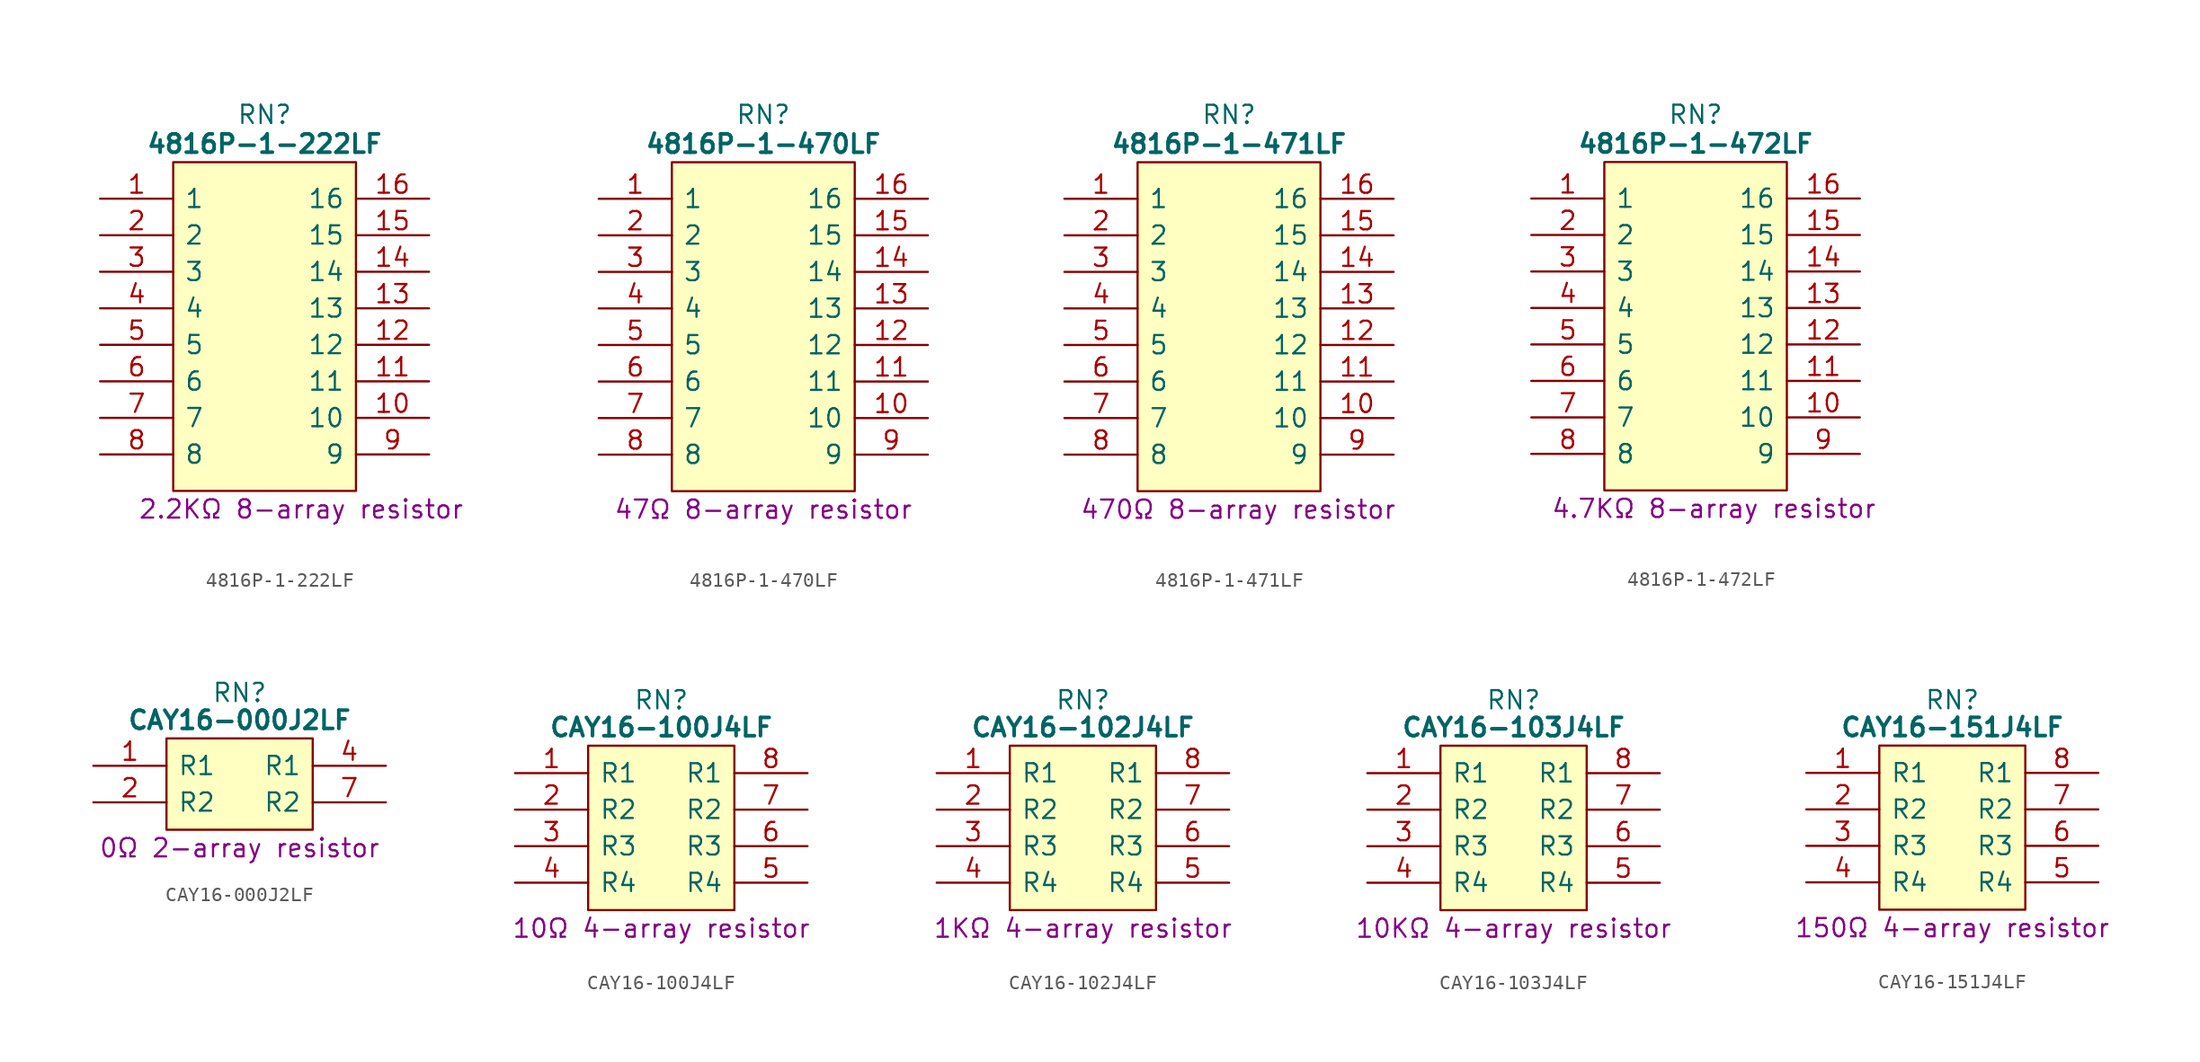
<source format=kicad_sym>
(kicad_symbol_lib
  (version 20231120)
  (generator "kicad_symbol_editor")
  (generator_version "8.0")
  (symbol "4816P-1-222LF"
    (pin_names
      (offset 0.762))
    (property "Reference" "RN"
      (at 11.43 5.842 0)
      (effects (font (size 1.27 1.27))))
    (property "Value" "4816P-1-222LF"
      (at 11.43 3.81 0)
      (effects (font (size 1.27 1.27) (thickness 0.254) (bold yes))))
    (property "Description" "2.2KΩ 8-array resistor"
      (at 13.97 -21.59 0)
      (effects (font (size 1.27 1.27))))
    (symbol "4816P-1-222LF_0_0"
      (pin passive line (at 0 0 0) (length 5.08) (name "1" (effects (font (size 1.27 1.27)))) (number "1" (effects (font (size 1.27 1.27)))))
      (pin passive line (at 22.86 -15.24 180) (length 5.08) (name "10" (effects (font (size 1.27 1.27)))) (number "10" (effects (font (size 1.27 1.27)))))
      (pin passive line (at 22.86 -12.7 180) (length 5.08) (name "11" (effects (font (size 1.27 1.27)))) (number "11" (effects (font (size 1.27 1.27)))))
      (pin passive line (at 22.86 -10.16 180) (length 5.08) (name "12" (effects (font (size 1.27 1.27)))) (number "12" (effects (font (size 1.27 1.27)))))
      (pin passive line (at 22.86 -7.62 180) (length 5.08) (name "13" (effects (font (size 1.27 1.27)))) (number "13" (effects (font (size 1.27 1.27)))))
      (pin passive line (at 22.86 -5.08 180) (length 5.08) (name "14" (effects (font (size 1.27 1.27)))) (number "14" (effects (font (size 1.27 1.27)))))
      (pin passive line (at 22.86 -2.54 180) (length 5.08) (name "15" (effects (font (size 1.27 1.27)))) (number "15" (effects (font (size 1.27 1.27)))))
      (pin passive line (at 22.86 0 180) (length 5.08) (name "16" (effects (font (size 1.27 1.27)))) (number "16" (effects (font (size 1.27 1.27)))))
      (pin passive line (at 0 -2.54 0) (length 5.08) (name "2" (effects (font (size 1.27 1.27)))) (number "2" (effects (font (size 1.27 1.27)))))
      (pin passive line (at 0 -5.08 0) (length 5.08) (name "3" (effects (font (size 1.27 1.27)))) (number "3" (effects (font (size 1.27 1.27)))))
      (pin passive line (at 0 -7.62 0) (length 5.08) (name "4" (effects (font (size 1.27 1.27)))) (number "4" (effects (font (size 1.27 1.27)))))
      (pin passive line (at 0 -10.16 0) (length 5.08) (name "5" (effects (font (size 1.27 1.27)))) (number "5" (effects (font (size 1.27 1.27)))))
      (pin passive line (at 0 -12.7 0) (length 5.08) (name "6" (effects (font (size 1.27 1.27)))) (number "6" (effects (font (size 1.27 1.27)))))
      (pin passive line (at 0 -15.24 0) (length 5.08) (name "7" (effects (font (size 1.27 1.27)))) (number "7" (effects (font (size 1.27 1.27)))))
      (pin passive line (at 0 -17.78 0) (length 5.08) (name "8" (effects (font (size 1.27 1.27)))) (number "8" (effects (font (size 1.27 1.27)))))
      (pin passive line (at 22.86 -17.78 180) (length 5.08) (name "9" (effects (font (size 1.27 1.27)))) (number "9" (effects (font (size 1.27 1.27))))))
    (symbol "4816P-1-222LF_0_1"
      (polyline (pts (xy 5.08 2.54) (xy 17.78 2.54) (xy 17.78 -20.32) (xy 5.08 -20.32) (xy 5.08 2.54)) (stroke (width 0.152) (type default)) (fill (type background)))))
  (symbol "4816P-1-470LF"
    (pin_names
      (offset 0.762))
    (property "Reference" "RN"
      (at 11.43 5.842 0)
      (effects (font (size 1.27 1.27))))
    (property "Value" "4816P-1-470LF"
      (at 11.43 3.81 0)
      (effects (font (size 1.27 1.27) (thickness 0.254) (bold yes))))
    (property "Description" "47Ω 8-array resistor"
      (at 11.43 -21.59 0)
      (effects (font (size 1.27 1.27))))
    (symbol "4816P-1-470LF_0_0"
      (pin passive line (at 0 0 0) (length 5.08) (name "1" (effects (font (size 1.27 1.27)))) (number "1" (effects (font (size 1.27 1.27)))))
      (pin passive line (at 22.86 -15.24 180) (length 5.08) (name "10" (effects (font (size 1.27 1.27)))) (number "10" (effects (font (size 1.27 1.27)))))
      (pin passive line (at 22.86 -12.7 180) (length 5.08) (name "11" (effects (font (size 1.27 1.27)))) (number "11" (effects (font (size 1.27 1.27)))))
      (pin passive line (at 22.86 -10.16 180) (length 5.08) (name "12" (effects (font (size 1.27 1.27)))) (number "12" (effects (font (size 1.27 1.27)))))
      (pin passive line (at 22.86 -7.62 180) (length 5.08) (name "13" (effects (font (size 1.27 1.27)))) (number "13" (effects (font (size 1.27 1.27)))))
      (pin passive line (at 22.86 -5.08 180) (length 5.08) (name "14" (effects (font (size 1.27 1.27)))) (number "14" (effects (font (size 1.27 1.27)))))
      (pin passive line (at 22.86 -2.54 180) (length 5.08) (name "15" (effects (font (size 1.27 1.27)))) (number "15" (effects (font (size 1.27 1.27)))))
      (pin passive line (at 22.86 0 180) (length 5.08) (name "16" (effects (font (size 1.27 1.27)))) (number "16" (effects (font (size 1.27 1.27)))))
      (pin passive line (at 0 -2.54 0) (length 5.08) (name "2" (effects (font (size 1.27 1.27)))) (number "2" (effects (font (size 1.27 1.27)))))
      (pin passive line (at 0 -5.08 0) (length 5.08) (name "3" (effects (font (size 1.27 1.27)))) (number "3" (effects (font (size 1.27 1.27)))))
      (pin passive line (at 0 -7.62 0) (length 5.08) (name "4" (effects (font (size 1.27 1.27)))) (number "4" (effects (font (size 1.27 1.27)))))
      (pin passive line (at 0 -10.16 0) (length 5.08) (name "5" (effects (font (size 1.27 1.27)))) (number "5" (effects (font (size 1.27 1.27)))))
      (pin passive line (at 0 -12.7 0) (length 5.08) (name "6" (effects (font (size 1.27 1.27)))) (number "6" (effects (font (size 1.27 1.27)))))
      (pin passive line (at 0 -15.24 0) (length 5.08) (name "7" (effects (font (size 1.27 1.27)))) (number "7" (effects (font (size 1.27 1.27)))))
      (pin passive line (at 0 -17.78 0) (length 5.08) (name "8" (effects (font (size 1.27 1.27)))) (number "8" (effects (font (size 1.27 1.27)))))
      (pin passive line (at 22.86 -17.78 180) (length 5.08) (name "9" (effects (font (size 1.27 1.27)))) (number "9" (effects (font (size 1.27 1.27))))))
    (symbol "4816P-1-470LF_0_1"
      (polyline (pts (xy 5.08 2.54) (xy 17.78 2.54) (xy 17.78 -20.32) (xy 5.08 -20.32) (xy 5.08 2.54)) (stroke (width 0.152) (type default)) (fill (type background)))))
  (symbol "4816P-1-471LF"
    (pin_names
      (offset 0.762))
    (property "Reference" "RN"
      (at 11.43 5.842 0)
      (effects (font (size 1.27 1.27))))
    (property "Value" "4816P-1-471LF"
      (at 11.43 3.81 0)
      (effects (font (size 1.27 1.27) (thickness 0.254) (bold yes))))
    (property "Description" "470Ω 8-array resistor"
      (at 12.065 -21.59 0)
      (effects (font (size 1.27 1.27))))
    (symbol "4816P-1-471LF_0_0"
      (pin passive line (at 0 0 0) (length 5.08) (name "1" (effects (font (size 1.27 1.27)))) (number "1" (effects (font (size 1.27 1.27)))))
      (pin passive line (at 22.86 -15.24 180) (length 5.08) (name "10" (effects (font (size 1.27 1.27)))) (number "10" (effects (font (size 1.27 1.27)))))
      (pin passive line (at 22.86 -12.7 180) (length 5.08) (name "11" (effects (font (size 1.27 1.27)))) (number "11" (effects (font (size 1.27 1.27)))))
      (pin passive line (at 22.86 -10.16 180) (length 5.08) (name "12" (effects (font (size 1.27 1.27)))) (number "12" (effects (font (size 1.27 1.27)))))
      (pin passive line (at 22.86 -7.62 180) (length 5.08) (name "13" (effects (font (size 1.27 1.27)))) (number "13" (effects (font (size 1.27 1.27)))))
      (pin passive line (at 22.86 -5.08 180) (length 5.08) (name "14" (effects (font (size 1.27 1.27)))) (number "14" (effects (font (size 1.27 1.27)))))
      (pin passive line (at 22.86 -2.54 180) (length 5.08) (name "15" (effects (font (size 1.27 1.27)))) (number "15" (effects (font (size 1.27 1.27)))))
      (pin passive line (at 22.86 0 180) (length 5.08) (name "16" (effects (font (size 1.27 1.27)))) (number "16" (effects (font (size 1.27 1.27)))))
      (pin passive line (at 0 -2.54 0) (length 5.08) (name "2" (effects (font (size 1.27 1.27)))) (number "2" (effects (font (size 1.27 1.27)))))
      (pin passive line (at 0 -5.08 0) (length 5.08) (name "3" (effects (font (size 1.27 1.27)))) (number "3" (effects (font (size 1.27 1.27)))))
      (pin passive line (at 0 -7.62 0) (length 5.08) (name "4" (effects (font (size 1.27 1.27)))) (number "4" (effects (font (size 1.27 1.27)))))
      (pin passive line (at 0 -10.16 0) (length 5.08) (name "5" (effects (font (size 1.27 1.27)))) (number "5" (effects (font (size 1.27 1.27)))))
      (pin passive line (at 0 -12.7 0) (length 5.08) (name "6" (effects (font (size 1.27 1.27)))) (number "6" (effects (font (size 1.27 1.27)))))
      (pin passive line (at 0 -15.24 0) (length 5.08) (name "7" (effects (font (size 1.27 1.27)))) (number "7" (effects (font (size 1.27 1.27)))))
      (pin passive line (at 0 -17.78 0) (length 5.08) (name "8" (effects (font (size 1.27 1.27)))) (number "8" (effects (font (size 1.27 1.27)))))
      (pin passive line (at 22.86 -17.78 180) (length 5.08) (name "9" (effects (font (size 1.27 1.27)))) (number "9" (effects (font (size 1.27 1.27))))))
    (symbol "4816P-1-471LF_0_1"
      (polyline (pts (xy 5.08 2.54) (xy 17.78 2.54) (xy 17.78 -20.32) (xy 5.08 -20.32) (xy 5.08 2.54)) (stroke (width 0.152) (type default)) (fill (type background)))))
  (symbol "4816P-1-472LF"
    (pin_names
      (offset 0.762))
    (property "Reference" "RN"
      (at 11.43 5.842 0)
      (effects (font (size 1.27 1.27))))
    (property "Value" "4816P-1-472LF"
      (at 11.43 3.81 0)
      (effects (font (size 1.27 1.27) (thickness 0.254) (bold yes))))
    (property "Description" "4.7KΩ 8-array resistor"
      (at 12.7 -21.59 0)
      (effects (font (size 1.27 1.27))))
    (symbol "4816P-1-472LF_0_0"
      (pin passive line (at 0 0 0) (length 5.08) (name "1" (effects (font (size 1.27 1.27)))) (number "1" (effects (font (size 1.27 1.27)))))
      (pin passive line (at 22.86 -15.24 180) (length 5.08) (name "10" (effects (font (size 1.27 1.27)))) (number "10" (effects (font (size 1.27 1.27)))))
      (pin passive line (at 22.86 -12.7 180) (length 5.08) (name "11" (effects (font (size 1.27 1.27)))) (number "11" (effects (font (size 1.27 1.27)))))
      (pin passive line (at 22.86 -10.16 180) (length 5.08) (name "12" (effects (font (size 1.27 1.27)))) (number "12" (effects (font (size 1.27 1.27)))))
      (pin passive line (at 22.86 -7.62 180) (length 5.08) (name "13" (effects (font (size 1.27 1.27)))) (number "13" (effects (font (size 1.27 1.27)))))
      (pin passive line (at 22.86 -5.08 180) (length 5.08) (name "14" (effects (font (size 1.27 1.27)))) (number "14" (effects (font (size 1.27 1.27)))))
      (pin passive line (at 22.86 -2.54 180) (length 5.08) (name "15" (effects (font (size 1.27 1.27)))) (number "15" (effects (font (size 1.27 1.27)))))
      (pin passive line (at 22.86 0 180) (length 5.08) (name "16" (effects (font (size 1.27 1.27)))) (number "16" (effects (font (size 1.27 1.27)))))
      (pin passive line (at 0 -2.54 0) (length 5.08) (name "2" (effects (font (size 1.27 1.27)))) (number "2" (effects (font (size 1.27 1.27)))))
      (pin passive line (at 0 -5.08 0) (length 5.08) (name "3" (effects (font (size 1.27 1.27)))) (number "3" (effects (font (size 1.27 1.27)))))
      (pin passive line (at 0 -7.62 0) (length 5.08) (name "4" (effects (font (size 1.27 1.27)))) (number "4" (effects (font (size 1.27 1.27)))))
      (pin passive line (at 0 -10.16 0) (length 5.08) (name "5" (effects (font (size 1.27 1.27)))) (number "5" (effects (font (size 1.27 1.27)))))
      (pin passive line (at 0 -12.7 0) (length 5.08) (name "6" (effects (font (size 1.27 1.27)))) (number "6" (effects (font (size 1.27 1.27)))))
      (pin passive line (at 0 -15.24 0) (length 5.08) (name "7" (effects (font (size 1.27 1.27)))) (number "7" (effects (font (size 1.27 1.27)))))
      (pin passive line (at 0 -17.78 0) (length 5.08) (name "8" (effects (font (size 1.27 1.27)))) (number "8" (effects (font (size 1.27 1.27)))))
      (pin passive line (at 22.86 -17.78 180) (length 5.08) (name "9" (effects (font (size 1.27 1.27)))) (number "9" (effects (font (size 1.27 1.27))))))
    (symbol "4816P-1-472LF_0_1"
      (polyline (pts (xy 5.08 2.54) (xy 17.78 2.54) (xy 17.78 -20.32) (xy 5.08 -20.32) (xy 5.08 2.54)) (stroke (width 0.152) (type default)) (fill (type background)))))
  (symbol "CAY16-000J2LF"
    (pin_names
      (offset 0.762))
    (property "Reference" "RN"
      (at 10.16 5.08 0)
      (effects (font (size 1.27 1.27))))
    (property "Value" "CAY16-000J2LF"
      (at 10.16 3.175 0)
      (effects (font (size 1.27 1.27) (bold yes))))
    (property "Description" "0Ω 2-array resistor"
      (at 10.16 -5.715 0)
      (effects (font (size 1.27 1.27))))
    (symbol "CAY16-000J2LF_0_0"
      (pin passive line (at 0 0 0) (length 5.08) (name "R1" (effects (font (size 1.27 1.27)))) (number "1" (effects (font (size 1.27 1.27)))))
      (pin passive line (at 0 -2.54 0) (length 5.08) (name "R2" (effects (font (size 1.27 1.27)))) (number "2" (effects (font (size 1.27 1.27)))))
      (pin passive line (at 20.32 -2.54 180) (length 5.08) (name "R2" (effects (font (size 1.27 1.27)))) (number "7" (effects (font (size 1.27 1.27))))))
    (symbol "CAY16-000J2LF_0_1"
      (polyline (pts (xy 5.08 1.905) (xy 15.24 1.905) (xy 15.24 -4.445) (xy 5.08 -4.445) (xy 5.08 1.905)) (stroke (width 0.152) (type default)) (fill (type background))))
    (symbol "CAY16-000J2LF_1_0"
      (pin passive line (at 20.32 0 180) (length 5.08) (name "R1" (effects (font (size 1.27 1.27)))) (number "4" (effects (font (size 1.27 1.27)))))))
  (symbol "CAY16-100J4LF"
    (pin_names
      (offset 0.762))
    (property "Reference" "RN"
      (at 10.16 5.08 0)
      (effects (font (size 1.27 1.27))))
    (property "Value" "CAY16-100J4LF"
      (at 10.16 3.175 0)
      (effects (font (size 1.27 1.27) (bold yes))))
    (property "Description" "10Ω 4-array resistor"
      (at 10.16 -10.795 0)
      (effects (font (size 1.27 1.27))))
    (symbol "CAY16-100J4LF_0_0"
      (pin passive line (at 0 0 0) (length 5.08) (name "R1" (effects (font (size 1.27 1.27)))) (number "1" (effects (font (size 1.27 1.27)))))
      (pin passive line (at 0 -2.54 0) (length 5.08) (name "R2" (effects (font (size 1.27 1.27)))) (number "2" (effects (font (size 1.27 1.27)))))
      (pin passive line (at 0 -5.08 0) (length 5.08) (name "R3" (effects (font (size 1.27 1.27)))) (number "3" (effects (font (size 1.27 1.27)))))
      (pin passive line (at 0 -7.62 0) (length 5.08) (name "R4" (effects (font (size 1.27 1.27)))) (number "4" (effects (font (size 1.27 1.27)))))
      (pin passive line (at 20.32 -7.62 180) (length 5.08) (name "R4" (effects (font (size 1.27 1.27)))) (number "5" (effects (font (size 1.27 1.27)))))
      (pin passive line (at 20.32 -5.08 180) (length 5.08) (name "R3" (effects (font (size 1.27 1.27)))) (number "6" (effects (font (size 1.27 1.27)))))
      (pin passive line (at 20.32 -2.54 180) (length 5.08) (name "R2" (effects (font (size 1.27 1.27)))) (number "7" (effects (font (size 1.27 1.27)))))
      (pin passive line (at 20.32 0 180) (length 5.08) (name "R1" (effects (font (size 1.27 1.27)))) (number "8" (effects (font (size 1.27 1.27))))))
    (symbol "CAY16-100J4LF_0_1"
      (polyline (pts (xy 5.08 1.905) (xy 15.24 1.905) (xy 15.24 -9.525) (xy 5.08 -9.525) (xy 5.08 1.905)) (stroke (width 0.152) (type default)) (fill (type background)))))
  (symbol "CAY16-102J4LF"
    (pin_names
      (offset 0.762))
    (property "Reference" "RN"
      (at 10.16 5.08 0)
      (effects (font (size 1.27 1.27))))
    (property "Value" "CAY16-102J4LF"
      (at 10.16 3.175 0)
      (effects (font (size 1.27 1.27) (bold yes))))
    (property "Description" "1KΩ 4-array resistor"
      (at 10.16 -10.795 0)
      (effects (font (size 1.27 1.27))))
    (symbol "CAY16-102J4LF_0_0"
      (pin passive line (at 0 0 0) (length 5.08) (name "R1" (effects (font (size 1.27 1.27)))) (number "1" (effects (font (size 1.27 1.27)))))
      (pin passive line (at 0 -2.54 0) (length 5.08) (name "R2" (effects (font (size 1.27 1.27)))) (number "2" (effects (font (size 1.27 1.27)))))
      (pin passive line (at 0 -5.08 0) (length 5.08) (name "R3" (effects (font (size 1.27 1.27)))) (number "3" (effects (font (size 1.27 1.27)))))
      (pin passive line (at 0 -7.62 0) (length 5.08) (name "R4" (effects (font (size 1.27 1.27)))) (number "4" (effects (font (size 1.27 1.27)))))
      (pin passive line (at 20.32 -7.62 180) (length 5.08) (name "R4" (effects (font (size 1.27 1.27)))) (number "5" (effects (font (size 1.27 1.27)))))
      (pin passive line (at 20.32 -5.08 180) (length 5.08) (name "R3" (effects (font (size 1.27 1.27)))) (number "6" (effects (font (size 1.27 1.27)))))
      (pin passive line (at 20.32 -2.54 180) (length 5.08) (name "R2" (effects (font (size 1.27 1.27)))) (number "7" (effects (font (size 1.27 1.27)))))
      (pin passive line (at 20.32 0 180) (length 5.08) (name "R1" (effects (font (size 1.27 1.27)))) (number "8" (effects (font (size 1.27 1.27))))))
    (symbol "CAY16-102J4LF_0_1"
      (polyline (pts (xy 5.08 1.905) (xy 15.24 1.905) (xy 15.24 -9.525) (xy 5.08 -9.525) (xy 5.08 1.905)) (stroke (width 0.152) (type default)) (fill (type background)))))
  (symbol "CAY16-103J4LF"
    (pin_names
      (offset 0.762))
    (property "Reference" "RN"
      (at 10.16 5.08 0)
      (effects (font (size 1.27 1.27))))
    (property "Value" "CAY16-103J4LF"
      (at 10.16 3.175 0)
      (effects (font (size 1.27 1.27) (bold yes))))
    (property "Description" "10KΩ 4-array resistor"
      (at 10.16 -10.795 0)
      (effects (font (size 1.27 1.27))))
    (symbol "CAY16-103J4LF_0_0"
      (pin passive line (at 0 0 0) (length 5.08) (name "R1" (effects (font (size 1.27 1.27)))) (number "1" (effects (font (size 1.27 1.27)))))
      (pin passive line (at 0 -2.54 0) (length 5.08) (name "R2" (effects (font (size 1.27 1.27)))) (number "2" (effects (font (size 1.27 1.27)))))
      (pin passive line (at 0 -5.08 0) (length 5.08) (name "R3" (effects (font (size 1.27 1.27)))) (number "3" (effects (font (size 1.27 1.27)))))
      (pin passive line (at 0 -7.62 0) (length 5.08) (name "R4" (effects (font (size 1.27 1.27)))) (number "4" (effects (font (size 1.27 1.27)))))
      (pin passive line (at 20.32 -7.62 180) (length 5.08) (name "R4" (effects (font (size 1.27 1.27)))) (number "5" (effects (font (size 1.27 1.27)))))
      (pin passive line (at 20.32 -5.08 180) (length 5.08) (name "R3" (effects (font (size 1.27 1.27)))) (number "6" (effects (font (size 1.27 1.27)))))
      (pin passive line (at 20.32 -2.54 180) (length 5.08) (name "R2" (effects (font (size 1.27 1.27)))) (number "7" (effects (font (size 1.27 1.27)))))
      (pin passive line (at 20.32 0 180) (length 5.08) (name "R1" (effects (font (size 1.27 1.27)))) (number "8" (effects (font (size 1.27 1.27))))))
    (symbol "CAY16-103J4LF_0_1"
      (polyline (pts (xy 5.08 1.905) (xy 15.24 1.905) (xy 15.24 -9.525) (xy 5.08 -9.525) (xy 5.08 1.905)) (stroke (width 0.152) (type default)) (fill (type background)))))
  (symbol "CAY16-151J4LF"
    (pin_names
      (offset 0.762))
    (property "Reference" "RN"
      (at 10.16 5.08 0)
      (effects (font (size 1.27 1.27))))
    (property "Value" "CAY16-151J4LF"
      (at 10.16 3.175 0)
      (effects (font (size 1.27 1.27) (bold yes))))
    (property "Description" "150Ω 4-array resistor"
      (at 10.16 -10.795 0)
      (effects (font (size 1.27 1.27))))
    (symbol "CAY16-151J4LF_0_0"
      (pin passive line (at 0 0 0) (length 5.08) (name "R1" (effects (font (size 1.27 1.27)))) (number "1" (effects (font (size 1.27 1.27)))))
      (pin passive line (at 0 -2.54 0) (length 5.08) (name "R2" (effects (font (size 1.27 1.27)))) (number "2" (effects (font (size 1.27 1.27)))))
      (pin passive line (at 0 -5.08 0) (length 5.08) (name "R3" (effects (font (size 1.27 1.27)))) (number "3" (effects (font (size 1.27 1.27)))))
      (pin passive line (at 0 -7.62 0) (length 5.08) (name "R4" (effects (font (size 1.27 1.27)))) (number "4" (effects (font (size 1.27 1.27)))))
      (pin passive line (at 20.32 -7.62 180) (length 5.08) (name "R4" (effects (font (size 1.27 1.27)))) (number "5" (effects (font (size 1.27 1.27)))))
      (pin passive line (at 20.32 -5.08 180) (length 5.08) (name "R3" (effects (font (size 1.27 1.27)))) (number "6" (effects (font (size 1.27 1.27)))))
      (pin passive line (at 20.32 -2.54 180) (length 5.08) (name "R2" (effects (font (size 1.27 1.27)))) (number "7" (effects (font (size 1.27 1.27)))))
      (pin passive line (at 20.32 0 180) (length 5.08) (name "R1" (effects (font (size 1.27 1.27)))) (number "8" (effects (font (size 1.27 1.27))))))
    (symbol "CAY16-151J4LF_0_1"
      (polyline (pts (xy 5.08 1.905) (xy 15.24 1.905) (xy 15.24 -9.525) (xy 5.08 -9.525) (xy 5.08 1.905)) (stroke (width 0.152) (type default)) (fill (type background))))))
</source>
